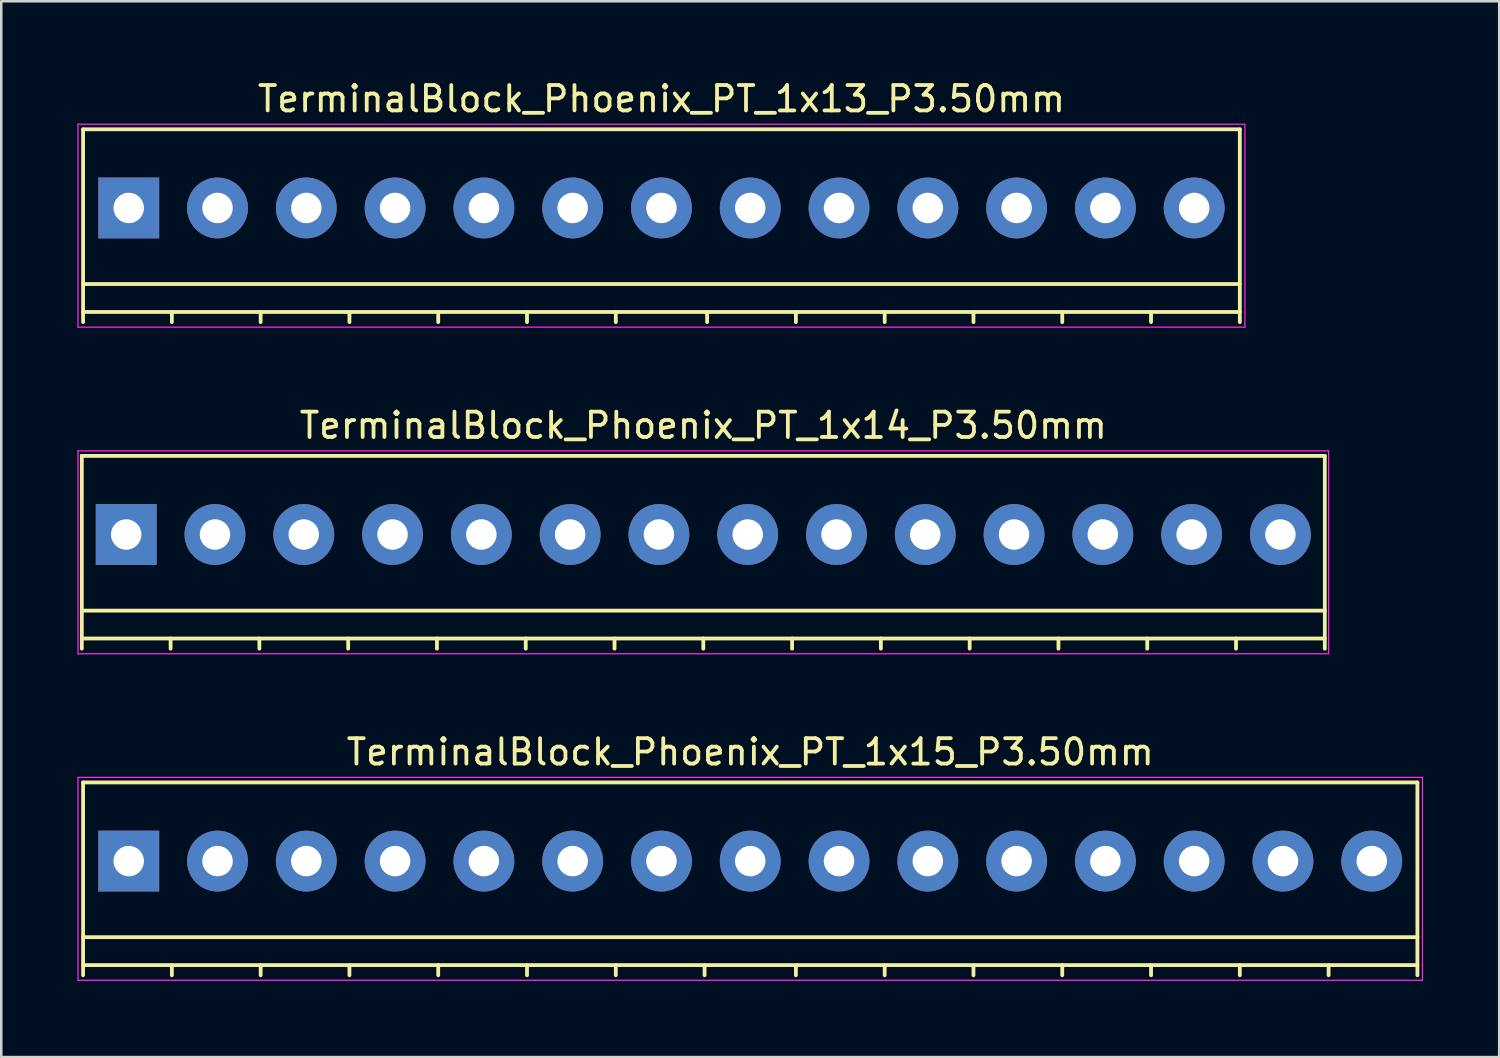
<source format=kicad_pcb>
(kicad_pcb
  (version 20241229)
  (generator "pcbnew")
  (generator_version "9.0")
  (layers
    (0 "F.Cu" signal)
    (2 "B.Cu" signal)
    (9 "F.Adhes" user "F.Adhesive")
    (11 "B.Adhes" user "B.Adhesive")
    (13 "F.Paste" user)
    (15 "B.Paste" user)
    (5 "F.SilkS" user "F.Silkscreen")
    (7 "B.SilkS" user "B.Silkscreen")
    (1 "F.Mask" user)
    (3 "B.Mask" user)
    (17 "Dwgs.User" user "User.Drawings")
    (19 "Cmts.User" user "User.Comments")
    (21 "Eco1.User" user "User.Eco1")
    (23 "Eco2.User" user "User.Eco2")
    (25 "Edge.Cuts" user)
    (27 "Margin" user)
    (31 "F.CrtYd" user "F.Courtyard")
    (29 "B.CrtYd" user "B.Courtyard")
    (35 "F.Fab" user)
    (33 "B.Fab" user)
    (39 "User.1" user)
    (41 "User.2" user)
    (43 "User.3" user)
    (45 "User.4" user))
  (footprint "TerminalBlock_Phoenix_PT_1x14_P3.50mm"
    (layer "F.Cu")
    (at 1.925 18.021)
    (property "Reference" "TerminalBlock_Phoenix_PT_1x14_P3.50mm" (at 22.75 -4.3 0) (layer "F.SilkS") (effects (font (size 1 1) (thickness 0.15))))
    (attr through_hole)
    (fp_line (start -1.75 -3.1) (end -1.75 4.5) (stroke (width 0.15) (type solid)) (layer "F.SilkS"))
    (fp_line (start -1.75 3) (end 47.25 3) (stroke (width 0.15) (type solid)) (layer "F.SilkS"))
    (fp_line (start -1.75 4.1) (end 47.25 4.1) (stroke (width 0.15) (type solid)) (layer "F.SilkS"))
    (fp_line (start 1.75 4.1) (end 1.75 4.5) (stroke (width 0.15) (type solid)) (layer "F.SilkS"))
    (fp_line (start 5.25 4.1) (end 5.25 4.5) (stroke (width 0.15) (type solid)) (layer "F.SilkS"))
    (fp_line (start 8.75 4.1) (end 8.75 4.5) (stroke (width 0.15) (type solid)) (layer "F.SilkS"))
    (fp_line (start 12.25 4.1) (end 12.25 4.5) (stroke (width 0.15) (type solid)) (layer "F.SilkS"))
    (fp_line (start 15.75 4.1) (end 15.75 4.5) (stroke (width 0.15) (type solid)) (layer "F.SilkS"))
    (fp_line (start 19.25 4.1) (end 19.25 4.5) (stroke (width 0.15) (type solid)) (layer "F.SilkS"))
    (fp_line (start 22.75 4.1) (end 22.75 4.5) (stroke (width 0.15) (type solid)) (layer "F.SilkS"))
    (fp_line (start 26.25 4.1) (end 26.25 4.5) (stroke (width 0.15) (type solid)) (layer "F.SilkS"))
    (fp_line (start 29.75 4.1) (end 29.75 4.5) (stroke (width 0.15) (type solid)) (layer "F.SilkS"))
    (fp_line (start 33.25 4.1) (end 33.25 4.5) (stroke (width 0.15) (type solid)) (layer "F.SilkS"))
    (fp_line (start 36.75 4.1) (end 36.75 4.5) (stroke (width 0.15) (type solid)) (layer "F.SilkS"))
    (fp_line (start 40.25 4.1) (end 40.25 4.5) (stroke (width 0.15) (type solid)) (layer "F.SilkS"))
    (fp_line (start 43.75 4.1) (end 43.75 4.5) (stroke (width 0.15) (type solid)) (layer "F.SilkS"))
    (fp_line (start 47.25 -3.1) (end -1.75 -3.1) (stroke (width 0.15) (type solid)) (layer "F.SilkS"))
    (fp_line (start 47.25 4.5) (end 47.25 -3.1) (stroke (width 0.15) (type solid)) (layer "F.SilkS"))
    (fp_line (start -1.9 -3.3) (end 47.4 -3.3) (stroke (width 0.05) (type solid)) (layer "F.CrtYd"))
    (fp_line (start -1.9 4.7) (end -1.9 -3.3) (stroke (width 0.05) (type solid)) (layer "F.CrtYd"))
    (fp_line (start 47.4 -3.3) (end 47.4 4.7) (stroke (width 0.05) (type solid)) (layer "F.CrtYd"))
    (fp_line (start 47.4 4.7) (end -1.9 4.7) (stroke (width 0.05) (type solid)) (layer "F.CrtYd"))
    (pad "1" thru_hole rect (at 0 0 180) (size 2.4 2.4) (drill 1.2) (layers "*.Cu" "*.Mask"))
    (pad "2" thru_hole circle (at 3.5 0 180) (size 2.4 2.4) (drill 1.2) (layers "*.Cu" "*.Mask"))
    (pad "3" thru_hole circle (at 7 0 180) (size 2.4 2.4) (drill 1.2) (layers "*.Cu" "*.Mask"))
    (pad "4" thru_hole circle (at 10.5 0 180) (size 2.4 2.4) (drill 1.2) (layers "*.Cu" "*.Mask"))
    (pad "5" thru_hole circle (at 14 0 180) (size 2.4 2.4) (drill 1.2) (layers "*.Cu" "*.Mask"))
    (pad "6" thru_hole circle (at 17.5 0 180) (size 2.4 2.4) (drill 1.2) (layers "*.Cu" "*.Mask"))
    (pad "7" thru_hole circle (at 21 0 180) (size 2.4 2.4) (drill 1.2) (layers "*.Cu" "*.Mask"))
    (pad "8" thru_hole circle (at 24.5 0 180) (size 2.4 2.4) (drill 1.2) (layers "*.Cu" "*.Mask"))
    (pad "9" thru_hole circle (at 28 0 180) (size 2.4 2.4) (drill 1.2) (layers "*.Cu" "*.Mask"))
    (pad "10" thru_hole circle (at 31.5 0 180) (size 2.4 2.4) (drill 1.2) (layers "*.Cu" "*.Mask"))
    (pad "11" thru_hole circle (at 35 0 180) (size 2.4 2.4) (drill 1.2) (layers "*.Cu" "*.Mask"))
    (pad "12" thru_hole circle (at 38.5 0 180) (size 2.4 2.4) (drill 1.2) (layers "*.Cu" "*.Mask"))
    (pad "13" thru_hole circle (at 42 0 180) (size 2.4 2.4) (drill 1.2) (layers "*.Cu" "*.Mask"))
    (pad "14" thru_hole circle (at 45.5 0 180) (size 2.4 2.4) (drill 1.2) (layers "*.Cu" "*.Mask")))
  (footprint "TerminalBlock_Phoenix_PT_1x15_P3.50mm"
    (layer "F.Cu")
    (at 2.025 30.895)
    (property "Reference" "TerminalBlock_Phoenix_PT_1x15_P3.50mm" (at 24.5 -4.3 0) (layer "F.SilkS") (effects (font (size 1 1) (thickness 0.15))))
    (attr through_hole)
    (fp_line (start -1.8 -3.1) (end -1.8 4.5) (stroke (width 0.15) (type solid)) (layer "F.SilkS"))
    (fp_line (start -1.8 3) (end 50.8 3) (stroke (width 0.15) (type solid)) (layer "F.SilkS"))
    (fp_line (start -1.8 4.1) (end 50.8 4.1) (stroke (width 0.15) (type solid)) (layer "F.SilkS"))
    (fp_line (start 1.7 4.1) (end 1.7 4.5) (stroke (width 0.15) (type solid)) (layer "F.SilkS"))
    (fp_line (start 5.2 4.1) (end 5.2 4.5) (stroke (width 0.15) (type solid)) (layer "F.SilkS"))
    (fp_line (start 8.7 4.1) (end 8.7 4.5) (stroke (width 0.15) (type solid)) (layer "F.SilkS"))
    (fp_line (start 12.2 4.1) (end 12.2 4.5) (stroke (width 0.15) (type solid)) (layer "F.SilkS"))
    (fp_line (start 15.7 4.1) (end 15.7 4.5) (stroke (width 0.15) (type solid)) (layer "F.SilkS"))
    (fp_line (start 19.2 4.1) (end 19.2 4.5) (stroke (width 0.15) (type solid)) (layer "F.SilkS"))
    (fp_line (start 22.7 4.1) (end 22.7 4.5) (stroke (width 0.15) (type solid)) (layer "F.SilkS"))
    (fp_line (start 26.3 4.1) (end 26.3 4.5) (stroke (width 0.15) (type solid)) (layer "F.SilkS"))
    (fp_line (start 29.8 4.1) (end 29.8 4.5) (stroke (width 0.15) (type solid)) (layer "F.SilkS"))
    (fp_line (start 33.3 4.1) (end 33.3 4.5) (stroke (width 0.15) (type solid)) (layer "F.SilkS"))
    (fp_line (start 36.8 4.1) (end 36.8 4.5) (stroke (width 0.15) (type solid)) (layer "F.SilkS"))
    (fp_line (start 40.3 4.1) (end 40.3 4.5) (stroke (width 0.15) (type solid)) (layer "F.SilkS"))
    (fp_line (start 43.8 4.1) (end 43.8 4.5) (stroke (width 0.15) (type solid)) (layer "F.SilkS"))
    (fp_line (start 47.3 4.1) (end 47.3 4.5) (stroke (width 0.15) (type solid)) (layer "F.SilkS"))
    (fp_line (start 50.8 -3.1) (end -1.8 -3.1) (stroke (width 0.15) (type solid)) (layer "F.SilkS"))
    (fp_line (start 50.8 4.5) (end 50.8 -3.1) (stroke (width 0.15) (type solid)) (layer "F.SilkS"))
    (fp_line (start -2 -3.3) (end 51 -3.3) (stroke (width 0.05) (type solid)) (layer "F.CrtYd"))
    (fp_line (start -2 4.7) (end -2 -3.3) (stroke (width 0.05) (type solid)) (layer "F.CrtYd"))
    (fp_line (start 51 -3.3) (end 51 4.7) (stroke (width 0.05) (type solid)) (layer "F.CrtYd"))
    (fp_line (start 51 4.7) (end -2 4.7) (stroke (width 0.05) (type solid)) (layer "F.CrtYd"))
    (pad "1" thru_hole rect (at 0 0 180) (size 2.4 2.4) (drill 1.2) (layers "*.Cu" "*.Mask"))
    (pad "2" thru_hole circle (at 3.5 0 180) (size 2.4 2.4) (drill 1.2) (layers "*.Cu" "*.Mask"))
    (pad "3" thru_hole circle (at 7 0 180) (size 2.4 2.4) (drill 1.2) (layers "*.Cu" "*.Mask"))
    (pad "4" thru_hole circle (at 10.5 0 180) (size 2.4 2.4) (drill 1.2) (layers "*.Cu" "*.Mask"))
    (pad "5" thru_hole circle (at 14 0 180) (size 2.4 2.4) (drill 1.2) (layers "*.Cu" "*.Mask"))
    (pad "6" thru_hole circle (at 17.5 0 180) (size 2.4 2.4) (drill 1.2) (layers "*.Cu" "*.Mask"))
    (pad "7" thru_hole circle (at 21 0 180) (size 2.4 2.4) (drill 1.2) (layers "*.Cu" "*.Mask"))
    (pad "8" thru_hole circle (at 24.5 0 180) (size 2.4 2.4) (drill 1.2) (layers "*.Cu" "*.Mask"))
    (pad "9" thru_hole circle (at 28 0 180) (size 2.4 2.4) (drill 1.2) (layers "*.Cu" "*.Mask"))
    (pad "10" thru_hole circle (at 31.5 0 180) (size 2.4 2.4) (drill 1.2) (layers "*.Cu" "*.Mask"))
    (pad "11" thru_hole circle (at 35 0 180) (size 2.4 2.4) (drill 1.2) (layers "*.Cu" "*.Mask"))
    (pad "12" thru_hole circle (at 38.5 0 180) (size 2.4 2.4) (drill 1.2) (layers "*.Cu" "*.Mask"))
    (pad "13" thru_hole circle (at 42 0 180) (size 2.4 2.4) (drill 1.2) (layers "*.Cu" "*.Mask"))
    (pad "14" thru_hole circle (at 45.5 0 180) (size 2.4 2.4) (drill 1.2) (layers "*.Cu" "*.Mask"))
    (pad "15" thru_hole circle (at 49 0 180) (size 2.4 2.4) (drill 1.2) (layers "*.Cu" "*.Mask")))
  (footprint "TerminalBlock_Phoenix_PT_1x13_P3.50mm"
    (layer "F.Cu")
    (at 2.025 5.148)
    (property "Reference" "TerminalBlock_Phoenix_PT_1x13_P3.50mm" (at 21 -4.3 0) (layer "F.SilkS") (effects (font (size 1 1) (thickness 0.15))))
    (attr through_hole)
    (fp_line (start -1.8 -3.1) (end -1.8 4.5) (stroke (width 0.15) (type solid)) (layer "F.SilkS"))
    (fp_line (start -1.8 3) (end 43.8 3) (stroke (width 0.15) (type solid)) (layer "F.SilkS"))
    (fp_line (start -1.8 4.1) (end 43.8 4.1) (stroke (width 0.15) (type solid)) (layer "F.SilkS"))
    (fp_line (start 1.7 4.1) (end 1.7 4.5) (stroke (width 0.15) (type solid)) (layer "F.SilkS"))
    (fp_line (start 5.2 4.1) (end 5.2 4.5) (stroke (width 0.15) (type solid)) (layer "F.SilkS"))
    (fp_line (start 8.7 4.1) (end 8.7 4.5) (stroke (width 0.15) (type solid)) (layer "F.SilkS"))
    (fp_line (start 12.2 4.1) (end 12.2 4.5) (stroke (width 0.15) (type solid)) (layer "F.SilkS"))
    (fp_line (start 15.7 4.1) (end 15.7 4.5) (stroke (width 0.15) (type solid)) (layer "F.SilkS"))
    (fp_line (start 19.2 4.1) (end 19.2 4.5) (stroke (width 0.15) (type solid)) (layer "F.SilkS"))
    (fp_line (start 22.8 4.1) (end 22.8 4.5) (stroke (width 0.15) (type solid)) (layer "F.SilkS"))
    (fp_line (start 26.3 4.1) (end 26.3 4.5) (stroke (width 0.15) (type solid)) (layer "F.SilkS"))
    (fp_line (start 29.8 4.1) (end 29.8 4.5) (stroke (width 0.15) (type solid)) (layer "F.SilkS"))
    (fp_line (start 33.3 4.1) (end 33.3 4.5) (stroke (width 0.15) (type solid)) (layer "F.SilkS"))
    (fp_line (start 36.8 4.1) (end 36.8 4.5) (stroke (width 0.15) (type solid)) (layer "F.SilkS"))
    (fp_line (start 40.3 4.1) (end 40.3 4.5) (stroke (width 0.15) (type solid)) (layer "F.SilkS"))
    (fp_line (start 43.8 -3.1) (end -1.8 -3.1) (stroke (width 0.15) (type solid)) (layer "F.SilkS"))
    (fp_line (start 43.8 4.5) (end 43.8 -3.1) (stroke (width 0.15) (type solid)) (layer "F.SilkS"))
    (fp_line (start -2 -3.3) (end 44 -3.3) (stroke (width 0.05) (type solid)) (layer "F.CrtYd"))
    (fp_line (start -2 4.7) (end -2 -3.3) (stroke (width 0.05) (type solid)) (layer "F.CrtYd"))
    (fp_line (start 44 -3.3) (end 44 4.7) (stroke (width 0.05) (type solid)) (layer "F.CrtYd"))
    (fp_line (start 44 4.7) (end -2 4.7) (stroke (width 0.05) (type solid)) (layer "F.CrtYd"))
    (pad "1" thru_hole rect (at 0 0 180) (size 2.4 2.4) (drill 1.2) (layers "*.Cu" "*.Mask"))
    (pad "2" thru_hole circle (at 3.5 0 180) (size 2.4 2.4) (drill 1.2) (layers "*.Cu" "*.Mask"))
    (pad "3" thru_hole circle (at 7 0 180) (size 2.4 2.4) (drill 1.2) (layers "*.Cu" "*.Mask"))
    (pad "4" thru_hole circle (at 10.5 0 180) (size 2.4 2.4) (drill 1.2) (layers "*.Cu" "*.Mask"))
    (pad "5" thru_hole circle (at 14 0 180) (size 2.4 2.4) (drill 1.2) (layers "*.Cu" "*.Mask"))
    (pad "6" thru_hole circle (at 17.5 0 180) (size 2.4 2.4) (drill 1.2) (layers "*.Cu" "*.Mask"))
    (pad "7" thru_hole circle (at 21 0 180) (size 2.4 2.4) (drill 1.2) (layers "*.Cu" "*.Mask"))
    (pad "8" thru_hole circle (at 24.5 0 180) (size 2.4 2.4) (drill 1.2) (layers "*.Cu" "*.Mask"))
    (pad "9" thru_hole circle (at 28 0 180) (size 2.4 2.4) (drill 1.2) (layers "*.Cu" "*.Mask"))
    (pad "10" thru_hole circle (at 31.5 0 180) (size 2.4 2.4) (drill 1.2) (layers "*.Cu" "*.Mask"))
    (pad "11" thru_hole circle (at 35 0 180) (size 2.4 2.4) (drill 1.2) (layers "*.Cu" "*.Mask"))
    (pad "12" thru_hole circle (at 38.5 0 180) (size 2.4 2.4) (drill 1.2) (layers "*.Cu" "*.Mask"))
    (pad "13" thru_hole circle (at 42 0 180) (size 2.4 2.4) (drill 1.2) (layers "*.Cu" "*.Mask")))
  (gr_rect
    (start -3 -3)
    (end 56.05 38.62)
    (stroke (width 0.1) (type default))
    (fill no)
    (layer "Edge.Cuts")))
</source>
